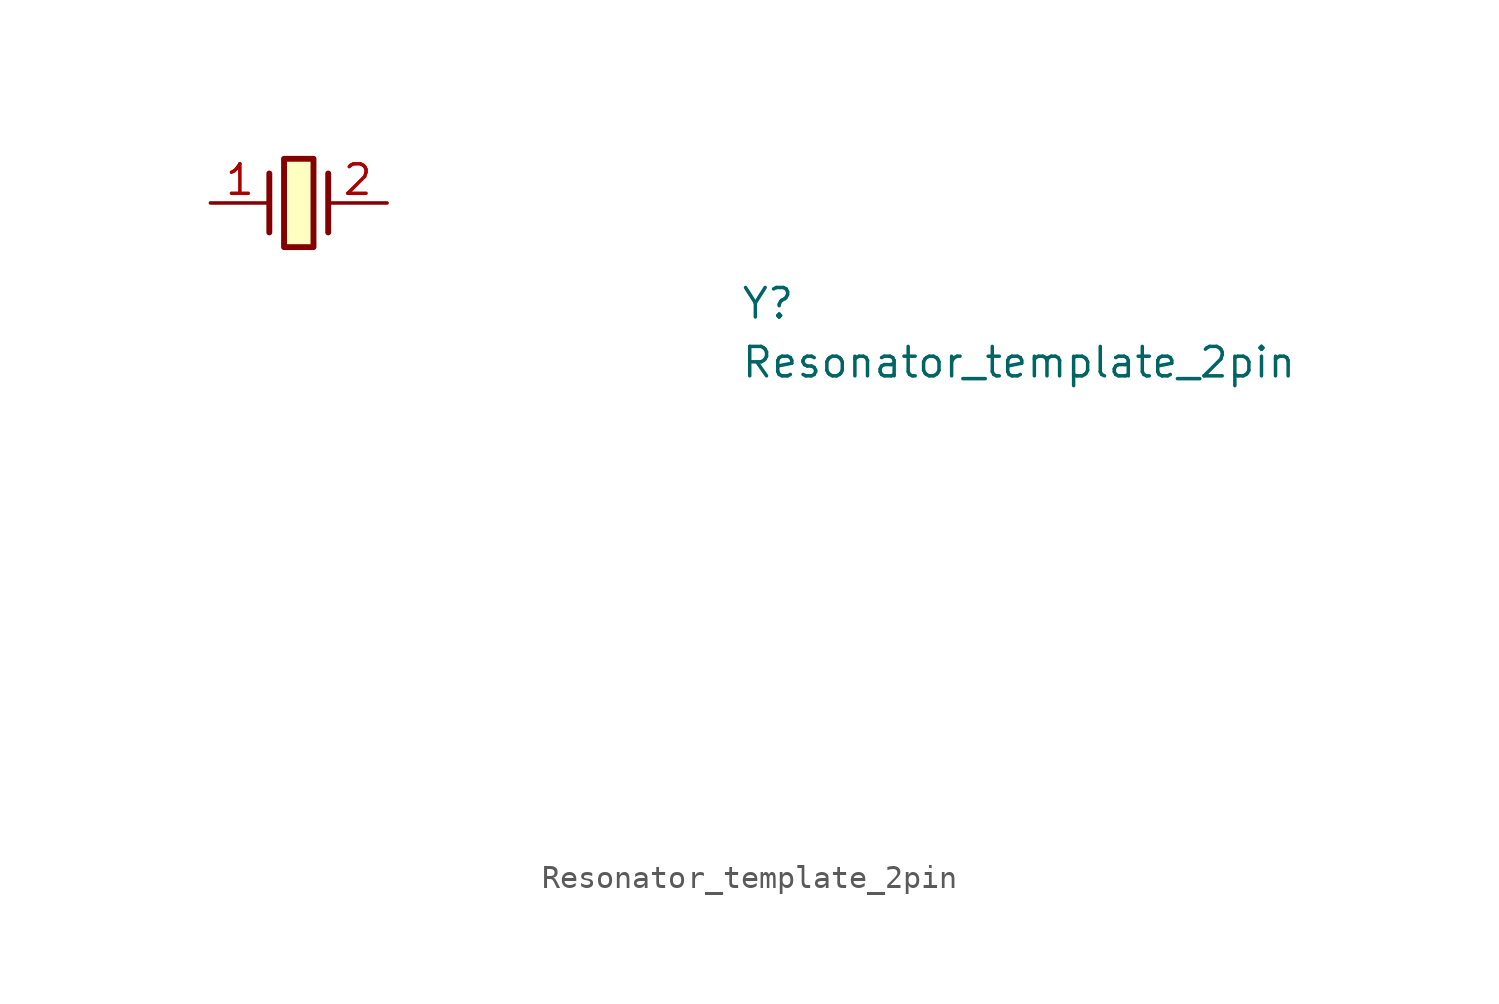
<source format=kicad_sym>
(kicad_symbol_lib
  (version 20220914)
  (generator kicad_symbol_editor)
  (symbol "Resonator_template_2pin"
    (pin_names hide)
    (property "Reference" "Y"
      (at 22.86 -5.08 0)
      (effects (font (size 1.27 1.27) (thickness 0.15)) (justify left bottom)))
    (property "Value" "Resonator_template_2pin"
      (at 22.86 -7.62 0)
      (effects (font (size 1.27 1.27) (thickness 0.15)) (justify left bottom)))
    (property "MPN" ""
      (at 22.86 -15.24 0)
      (effects (font (size 1.27 1.27) (thickness 0.15)) (justify left bottom)))
    (property "Val" ""
      (at 22.86 -25.4 0)
      (effects (font (size 1.27 1.27)) (justify left bottom)))
    (symbol "Resonator_template_2pin_1_1"
      (polyline (pts (xy 2.54 1.27) (xy 2.54 -1.27)) (stroke (width 0.254) (type default)) (fill (type background)))
      (polyline (pts (xy 5.08 1.27) (xy 5.08 -1.27)) (stroke (width 0.254) (type default)) (fill (type background)))
      (rectangle (start 3.175 1.905) (end 4.445 -1.905) (stroke (width 0.254) (type default)) (fill (type background)))
      (pin passive line (at 0 0 0) (length 2.54) (name "~" (effects (font (size 1.27 1.27)))) (number "1" (effects (font (size 1.27 1.27)))))
      (pin passive line (at 7.62 0 180) (length 2.54) (name "~" (effects (font (size 1.27 1.27)))) (number "2" (effects (font (size 1.27 1.27))))))))
</source>
